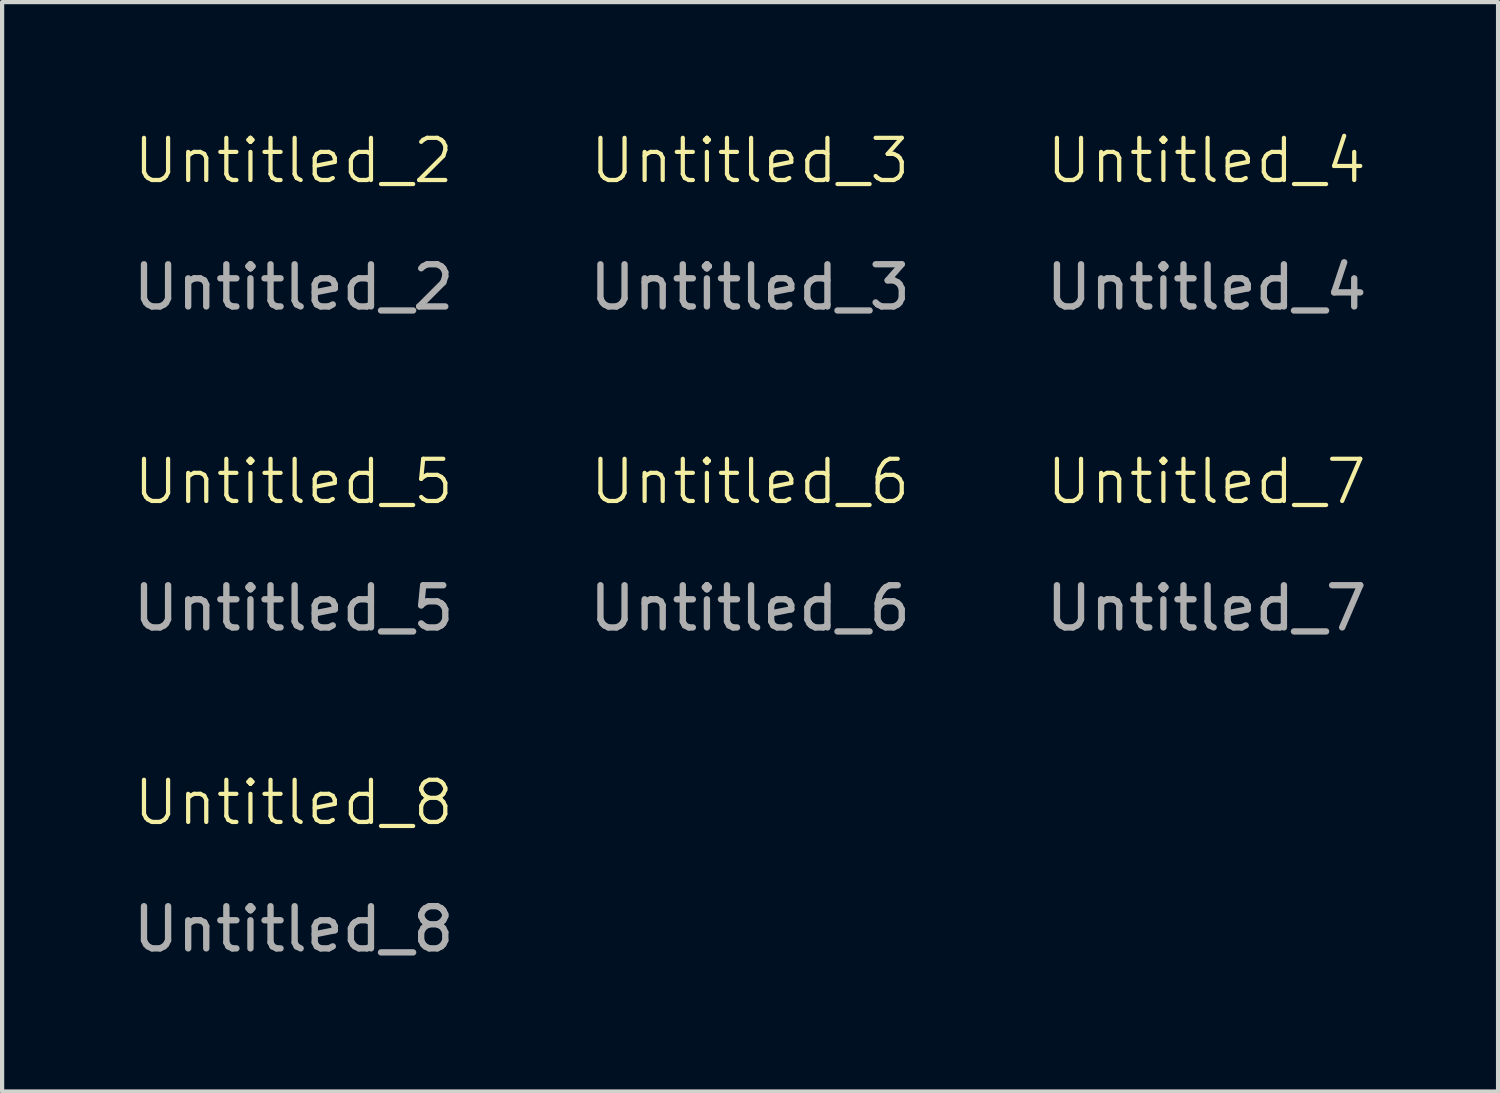
<source format=kicad_pcb>
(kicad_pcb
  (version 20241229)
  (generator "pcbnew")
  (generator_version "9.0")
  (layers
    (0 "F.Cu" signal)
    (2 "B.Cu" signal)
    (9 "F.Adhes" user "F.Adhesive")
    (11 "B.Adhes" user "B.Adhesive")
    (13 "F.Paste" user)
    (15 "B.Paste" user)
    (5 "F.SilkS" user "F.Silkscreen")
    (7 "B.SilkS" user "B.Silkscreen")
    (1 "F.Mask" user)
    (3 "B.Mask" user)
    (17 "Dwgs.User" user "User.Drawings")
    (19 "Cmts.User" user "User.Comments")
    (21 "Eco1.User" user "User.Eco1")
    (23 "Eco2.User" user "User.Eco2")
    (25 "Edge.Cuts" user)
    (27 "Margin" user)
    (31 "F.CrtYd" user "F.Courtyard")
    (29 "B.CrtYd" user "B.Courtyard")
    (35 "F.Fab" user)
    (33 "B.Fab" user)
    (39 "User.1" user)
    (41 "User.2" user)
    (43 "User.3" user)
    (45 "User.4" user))
  (footprint "Untitled_8"
    (layer "F.Cu")
    (at 3.911 16.478)
    (property "Reference" "Untitled_8" (at 0 -0.5 0) (unlocked yes) (layer "F.SilkS") (effects (font (size 1 1) (thickness 0.1))))
    (attr through_hole)
    (fp_text user "${REFERENCE}" (at 0 2.5 0) (unlocked yes) (layer "F.Fab") (effects (font (size 1 1) (thickness 0.15)))))
  (footprint "Untitled_6"
    (layer "F.Cu")
    (at 14.732 8.869)
    (property "Reference" "Untitled_6" (at 0 -0.5 0) (unlocked yes) (layer "F.SilkS") (effects (font (size 1 1) (thickness 0.1))))
    (attr through_hole)
    (fp_text user "${REFERENCE}" (at 0 2.5 0) (unlocked yes) (layer "F.Fab") (effects (font (size 1 1) (thickness 0.15)))))
  (footprint "Untitled_7"
    (layer "F.Cu")
    (at 25.554 8.869)
    (property "Reference" "Untitled_7" (at 0 -0.5 0) (unlocked yes) (layer "F.SilkS") (effects (font (size 1 1) (thickness 0.1))))
    (attr through_hole)
    (fp_text user "${REFERENCE}" (at 0 2.5 0) (unlocked yes) (layer "F.Fab") (effects (font (size 1 1) (thickness 0.15)))))
  (footprint "Untitled_5"
    (layer "F.Cu")
    (at 3.911 8.869)
    (property "Reference" "Untitled_5" (at 0 -0.5 0) (unlocked yes) (layer "F.SilkS") (effects (font (size 1 1) (thickness 0.1))))
    (attr through_hole)
    (fp_text user "${REFERENCE}" (at 0 2.5 0) (unlocked yes) (layer "F.Fab") (effects (font (size 1 1) (thickness 0.15)))))
  (footprint "Untitled_3"
    (layer "F.Cu")
    (at 14.732 1.26)
    (property "Reference" "Untitled_3" (at 0 -0.5 0) (unlocked yes) (layer "F.SilkS") (effects (font (size 1 1) (thickness 0.1))))
    (attr through_hole)
    (fp_text user "${REFERENCE}" (at 0 2.5 0) (unlocked yes) (layer "F.Fab") (effects (font (size 1 1) (thickness 0.15)))))
  (footprint "Untitled_2"
    (layer "F.Cu")
    (at 3.911 1.26)
    (property "Reference" "Untitled_2" (at 0 -0.5 0) (unlocked yes) (layer "F.SilkS") (effects (font (size 1 1) (thickness 0.1))))
    (attr through_hole)
    (fp_text user "${REFERENCE}" (at 0 2.5 0) (unlocked yes) (layer "F.Fab") (effects (font (size 1 1) (thickness 0.15)))))
  (footprint "Untitled_4"
    (layer "F.Cu")
    (at 25.554 1.26)
    (property "Reference" "Untitled_4" (at 0 -0.5 0) (unlocked yes) (layer "F.SilkS") (effects (font (size 1 1) (thickness 0.1))))
    (attr through_hole)
    (fp_text user "${REFERENCE}" (at 0 2.5 0) (unlocked yes) (layer "F.Fab") (effects (font (size 1 1) (thickness 0.15)))))
  (gr_rect
    (start -3 -3)
    (end 32.464 22.826)
    (stroke (width 0.1) (type default))
    (fill no)
    (layer "Edge.Cuts")))
</source>
